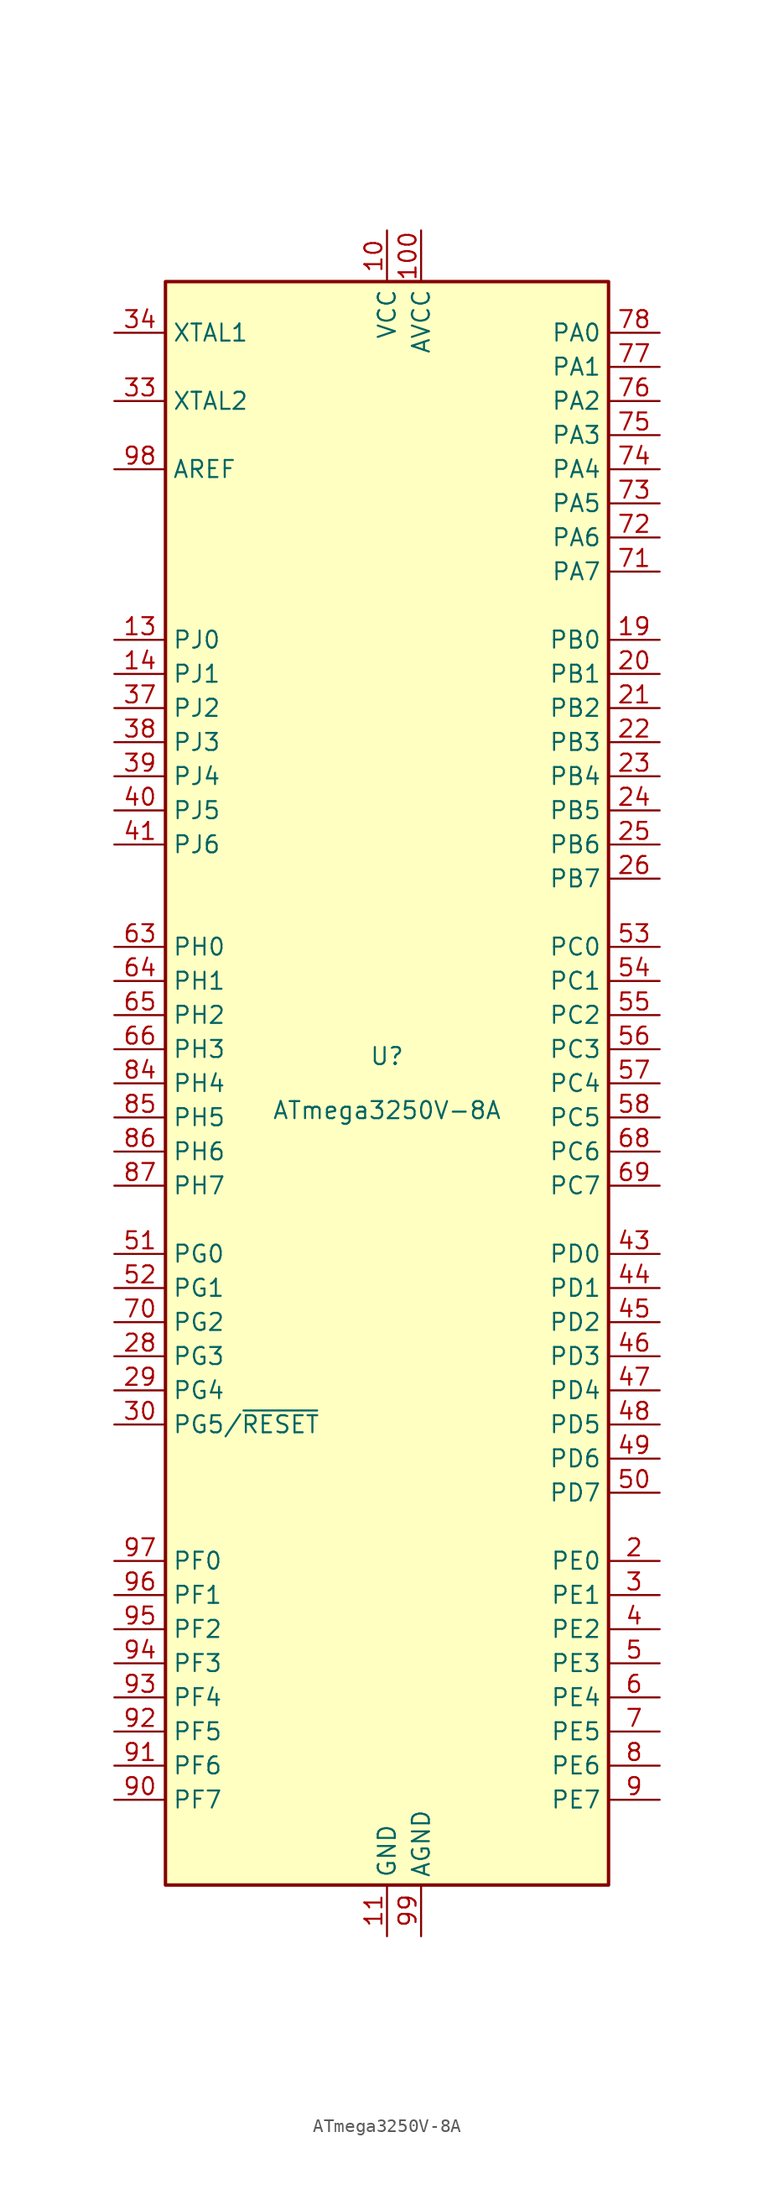
<source format=kicad_sym>
(kicad_symbol_lib
  (version 20231120)
  (generator "kicad_symbol_editor")
  (generator_version "8.0")
  (symbol "ATmega3250V-8A"
    (property "Reference" "U"
      (at 0 1.27 0)
      (effects (font (size 1.27 1.27)) (justify bottom)))
    (property "Value" "ATmega3250V-8A"
      (at 0 -1.27 0)
      (effects (font (size 1.27 1.27)) (justify top)))
    (symbol "ATmega3250V-8A_0_1"
      (rectangle (start -16.51 -59.69) (end 16.51 59.69) (stroke (width 0.254) (type default)) (fill (type background))))
    (symbol "ATmega3250V-8A_1_1"
      (pin no_connect line (at -15.24 40.64 0) (length 2.54) hide (name "NC" (effects (font (size 1.27 1.27)))) (number "1" (effects (font (size 1.27 1.27)))))
      (pin power_in line (at 0 63.5 270) (length 3.81) (name "VCC" (effects (font (size 1.27 1.27)))) (number "10" (effects (font (size 1.27 1.27)))))
      (pin power_in line (at 2.54 63.5 270) (length 3.81) (name "AVCC" (effects (font (size 1.27 1.27)))) (number "100" (effects (font (size 1.27 1.27)))))
      (pin power_in line (at 0 -63.5 90) (length 3.81) (name "GND" (effects (font (size 1.27 1.27)))) (number "11" (effects (font (size 1.27 1.27)))))
      (pin no_connect line (at -15.24 38.1 0) (length 2.54) hide (name "NC" (effects (font (size 1.27 1.27)))) (number "12" (effects (font (size 1.27 1.27)))))
      (pin bidirectional line (at -20.32 33.02 0) (length 3.81) (name "PJ0" (effects (font (size 1.27 1.27)))) (number "13" (effects (font (size 1.27 1.27)))))
      (pin bidirectional line (at -20.32 30.48 0) (length 3.81) (name "PJ1" (effects (font (size 1.27 1.27)))) (number "14" (effects (font (size 1.27 1.27)))))
      (pin no_connect line (at -15.24 35.56 0) (length 2.54) hide (name "NC" (effects (font (size 1.27 1.27)))) (number "15" (effects (font (size 1.27 1.27)))))
      (pin no_connect line (at -15.24 15.24 0) (length 2.54) hide (name "NC" (effects (font (size 1.27 1.27)))) (number "16" (effects (font (size 1.27 1.27)))))
      (pin no_connect line (at -15.24 12.7 0) (length 2.54) hide (name "NC" (effects (font (size 1.27 1.27)))) (number "17" (effects (font (size 1.27 1.27)))))
      (pin no_connect line (at -15.24 -10.16 0) (length 2.54) hide (name "NC" (effects (font (size 1.27 1.27)))) (number "18" (effects (font (size 1.27 1.27)))))
      (pin bidirectional line (at 20.32 33.02 180) (length 3.81) (name "PB0" (effects (font (size 1.27 1.27)))) (number "19" (effects (font (size 1.27 1.27)))))
      (pin bidirectional line (at 20.32 -35.56 180) (length 3.81) (name "PE0" (effects (font (size 1.27 1.27)))) (number "2" (effects (font (size 1.27 1.27)))))
      (pin bidirectional line (at 20.32 30.48 180) (length 3.81) (name "PB1" (effects (font (size 1.27 1.27)))) (number "20" (effects (font (size 1.27 1.27)))))
      (pin bidirectional line (at 20.32 27.94 180) (length 3.81) (name "PB2" (effects (font (size 1.27 1.27)))) (number "21" (effects (font (size 1.27 1.27)))))
      (pin bidirectional line (at 20.32 25.4 180) (length 3.81) (name "PB3" (effects (font (size 1.27 1.27)))) (number "22" (effects (font (size 1.27 1.27)))))
      (pin bidirectional line (at 20.32 22.86 180) (length 3.81) (name "PB4" (effects (font (size 1.27 1.27)))) (number "23" (effects (font (size 1.27 1.27)))))
      (pin bidirectional line (at 20.32 20.32 180) (length 3.81) (name "PB5" (effects (font (size 1.27 1.27)))) (number "24" (effects (font (size 1.27 1.27)))))
      (pin bidirectional line (at 20.32 17.78 180) (length 3.81) (name "PB6" (effects (font (size 1.27 1.27)))) (number "25" (effects (font (size 1.27 1.27)))))
      (pin bidirectional line (at 20.32 15.24 180) (length 3.81) (name "PB7" (effects (font (size 1.27 1.27)))) (number "26" (effects (font (size 1.27 1.27)))))
      (pin no_connect line (at -15.24 -27.94 0) (length 2.54) hide (name "NC" (effects (font (size 1.27 1.27)))) (number "27" (effects (font (size 1.27 1.27)))))
      (pin bidirectional line (at -20.32 -20.32 0) (length 3.81) (name "PG3" (effects (font (size 1.27 1.27)))) (number "28" (effects (font (size 1.27 1.27)))))
      (pin bidirectional line (at -20.32 -22.86 0) (length 3.81) (name "PG4" (effects (font (size 1.27 1.27)))) (number "29" (effects (font (size 1.27 1.27)))))
      (pin bidirectional line (at 20.32 -38.1 180) (length 3.81) (name "PE1" (effects (font (size 1.27 1.27)))) (number "3" (effects (font (size 1.27 1.27)))))
      (pin bidirectional line (at -20.32 -25.4 0) (length 3.81) (name "PG5/~{RESET}" (effects (font (size 1.27 1.27)))) (number "30" (effects (font (size 1.27 1.27)))))
      (pin passive line (at 0 63.5 270) (length 3.81) hide (name "VCC" (effects (font (size 1.27 1.27)))) (number "31" (effects (font (size 1.27 1.27)))))
      (pin passive line (at 0 -63.5 90) (length 3.81) hide (name "GND" (effects (font (size 1.27 1.27)))) (number "32" (effects (font (size 1.27 1.27)))))
      (pin output line (at -20.32 50.8 0) (length 3.81) (name "XTAL2" (effects (font (size 1.27 1.27)))) (number "33" (effects (font (size 1.27 1.27)))))
      (pin input line (at -20.32 55.88 0) (length 3.81) (name "XTAL1" (effects (font (size 1.27 1.27)))) (number "34" (effects (font (size 1.27 1.27)))))
      (pin no_connect line (at -15.24 -30.48 0) (length 2.54) hide (name "NC" (effects (font (size 1.27 1.27)))) (number "35" (effects (font (size 1.27 1.27)))))
      (pin no_connect line (at -15.24 -33.02 0) (length 2.54) hide (name "NC" (effects (font (size 1.27 1.27)))) (number "36" (effects (font (size 1.27 1.27)))))
      (pin bidirectional line (at -20.32 27.94 0) (length 3.81) (name "PJ2" (effects (font (size 1.27 1.27)))) (number "37" (effects (font (size 1.27 1.27)))))
      (pin bidirectional line (at -20.32 25.4 0) (length 3.81) (name "PJ3" (effects (font (size 1.27 1.27)))) (number "38" (effects (font (size 1.27 1.27)))))
      (pin bidirectional line (at -20.32 22.86 0) (length 3.81) (name "PJ4" (effects (font (size 1.27 1.27)))) (number "39" (effects (font (size 1.27 1.27)))))
      (pin bidirectional line (at 20.32 -40.64 180) (length 3.81) (name "PE2" (effects (font (size 1.27 1.27)))) (number "4" (effects (font (size 1.27 1.27)))))
      (pin bidirectional line (at -20.32 20.32 0) (length 3.81) (name "PJ5" (effects (font (size 1.27 1.27)))) (number "40" (effects (font (size 1.27 1.27)))))
      (pin bidirectional line (at -20.32 17.78 0) (length 3.81) (name "PJ6" (effects (font (size 1.27 1.27)))) (number "41" (effects (font (size 1.27 1.27)))))
      (pin no_connect line (at -15.24 -58.42 90) (length 2.54) hide (name "NC" (effects (font (size 1.27 1.27)))) (number "42" (effects (font (size 1.27 1.27)))))
      (pin bidirectional line (at 20.32 -12.7 180) (length 3.81) (name "PD0" (effects (font (size 1.27 1.27)))) (number "43" (effects (font (size 1.27 1.27)))))
      (pin bidirectional line (at 20.32 -15.24 180) (length 3.81) (name "PD1" (effects (font (size 1.27 1.27)))) (number "44" (effects (font (size 1.27 1.27)))))
      (pin bidirectional line (at 20.32 -17.78 180) (length 3.81) (name "PD2" (effects (font (size 1.27 1.27)))) (number "45" (effects (font (size 1.27 1.27)))))
      (pin bidirectional line (at 20.32 -20.32 180) (length 3.81) (name "PD3" (effects (font (size 1.27 1.27)))) (number "46" (effects (font (size 1.27 1.27)))))
      (pin bidirectional line (at 20.32 -22.86 180) (length 3.81) (name "PD4" (effects (font (size 1.27 1.27)))) (number "47" (effects (font (size 1.27 1.27)))))
      (pin bidirectional line (at 20.32 -25.4 180) (length 3.81) (name "PD5" (effects (font (size 1.27 1.27)))) (number "48" (effects (font (size 1.27 1.27)))))
      (pin bidirectional line (at 20.32 -27.94 180) (length 3.81) (name "PD6" (effects (font (size 1.27 1.27)))) (number "49" (effects (font (size 1.27 1.27)))))
      (pin bidirectional line (at 20.32 -43.18 180) (length 3.81) (name "PE3" (effects (font (size 1.27 1.27)))) (number "5" (effects (font (size 1.27 1.27)))))
      (pin bidirectional line (at 20.32 -30.48 180) (length 3.81) (name "PD7" (effects (font (size 1.27 1.27)))) (number "50" (effects (font (size 1.27 1.27)))))
      (pin bidirectional line (at -20.32 -12.7 0) (length 3.81) (name "PG0" (effects (font (size 1.27 1.27)))) (number "51" (effects (font (size 1.27 1.27)))))
      (pin bidirectional line (at -20.32 -15.24 0) (length 3.81) (name "PG1" (effects (font (size 1.27 1.27)))) (number "52" (effects (font (size 1.27 1.27)))))
      (pin bidirectional line (at 20.32 10.16 180) (length 3.81) (name "PC0" (effects (font (size 1.27 1.27)))) (number "53" (effects (font (size 1.27 1.27)))))
      (pin bidirectional line (at 20.32 7.62 180) (length 3.81) (name "PC1" (effects (font (size 1.27 1.27)))) (number "54" (effects (font (size 1.27 1.27)))))
      (pin bidirectional line (at 20.32 5.08 180) (length 3.81) (name "PC2" (effects (font (size 1.27 1.27)))) (number "55" (effects (font (size 1.27 1.27)))))
      (pin bidirectional line (at 20.32 2.54 180) (length 3.81) (name "PC3" (effects (font (size 1.27 1.27)))) (number "56" (effects (font (size 1.27 1.27)))))
      (pin bidirectional line (at 20.32 0 180) (length 3.81) (name "PC4" (effects (font (size 1.27 1.27)))) (number "57" (effects (font (size 1.27 1.27)))))
      (pin bidirectional line (at 20.32 -2.54 180) (length 3.81) (name "PC5" (effects (font (size 1.27 1.27)))) (number "58" (effects (font (size 1.27 1.27)))))
      (pin no_connect line (at -12.7 -58.42 90) (length 2.54) hide (name "NC" (effects (font (size 1.27 1.27)))) (number "59" (effects (font (size 1.27 1.27)))))
      (pin bidirectional line (at 20.32 -45.72 180) (length 3.81) (name "PE4" (effects (font (size 1.27 1.27)))) (number "6" (effects (font (size 1.27 1.27)))))
      (pin no_connect line (at -10.16 -58.42 90) (length 2.54) hide (name "NC" (effects (font (size 1.27 1.27)))) (number "60" (effects (font (size 1.27 1.27)))))
      (pin no_connect line (at -7.62 -58.42 90) (length 2.54) hide (name "NC" (effects (font (size 1.27 1.27)))) (number "61" (effects (font (size 1.27 1.27)))))
      (pin no_connect line (at -5.08 -58.42 90) (length 2.54) hide (name "NC" (effects (font (size 1.27 1.27)))) (number "62" (effects (font (size 1.27 1.27)))))
      (pin bidirectional line (at -20.32 10.16 0) (length 3.81) (name "PH0" (effects (font (size 1.27 1.27)))) (number "63" (effects (font (size 1.27 1.27)))))
      (pin bidirectional line (at -20.32 7.62 0) (length 3.81) (name "PH1" (effects (font (size 1.27 1.27)))) (number "64" (effects (font (size 1.27 1.27)))))
      (pin bidirectional line (at -20.32 5.08 0) (length 3.81) (name "PH2" (effects (font (size 1.27 1.27)))) (number "65" (effects (font (size 1.27 1.27)))))
      (pin bidirectional line (at -20.32 2.54 0) (length 3.81) (name "PH3" (effects (font (size 1.27 1.27)))) (number "66" (effects (font (size 1.27 1.27)))))
      (pin no_connect line (at -2.54 -58.42 90) (length 2.54) hide (name "NC" (effects (font (size 1.27 1.27)))) (number "67" (effects (font (size 1.27 1.27)))))
      (pin bidirectional line (at 20.32 -5.08 180) (length 3.81) (name "PC6" (effects (font (size 1.27 1.27)))) (number "68" (effects (font (size 1.27 1.27)))))
      (pin bidirectional line (at 20.32 -7.62 180) (length 3.81) (name "PC7" (effects (font (size 1.27 1.27)))) (number "69" (effects (font (size 1.27 1.27)))))
      (pin bidirectional line (at 20.32 -48.26 180) (length 3.81) (name "PE5" (effects (font (size 1.27 1.27)))) (number "7" (effects (font (size 1.27 1.27)))))
      (pin bidirectional line (at -20.32 -17.78 0) (length 3.81) (name "PG2" (effects (font (size 1.27 1.27)))) (number "70" (effects (font (size 1.27 1.27)))))
      (pin bidirectional line (at 20.32 38.1 180) (length 3.81) (name "PA7" (effects (font (size 1.27 1.27)))) (number "71" (effects (font (size 1.27 1.27)))))
      (pin bidirectional line (at 20.32 40.64 180) (length 3.81) (name "PA6" (effects (font (size 1.27 1.27)))) (number "72" (effects (font (size 1.27 1.27)))))
      (pin bidirectional line (at 20.32 43.18 180) (length 3.81) (name "PA5" (effects (font (size 1.27 1.27)))) (number "73" (effects (font (size 1.27 1.27)))))
      (pin bidirectional line (at 20.32 45.72 180) (length 3.81) (name "PA4" (effects (font (size 1.27 1.27)))) (number "74" (effects (font (size 1.27 1.27)))))
      (pin bidirectional line (at 20.32 48.26 180) (length 3.81) (name "PA3" (effects (font (size 1.27 1.27)))) (number "75" (effects (font (size 1.27 1.27)))))
      (pin bidirectional line (at 20.32 50.8 180) (length 3.81) (name "PA2" (effects (font (size 1.27 1.27)))) (number "76" (effects (font (size 1.27 1.27)))))
      (pin bidirectional line (at 20.32 53.34 180) (length 3.81) (name "PA1" (effects (font (size 1.27 1.27)))) (number "77" (effects (font (size 1.27 1.27)))))
      (pin bidirectional line (at 20.32 55.88 180) (length 3.81) (name "PA0" (effects (font (size 1.27 1.27)))) (number "78" (effects (font (size 1.27 1.27)))))
      (pin no_connect line (at 5.08 -58.42 90) (length 2.54) hide (name "NC" (effects (font (size 1.27 1.27)))) (number "79" (effects (font (size 1.27 1.27)))))
      (pin bidirectional line (at 20.32 -50.8 180) (length 3.81) (name "PE6" (effects (font (size 1.27 1.27)))) (number "8" (effects (font (size 1.27 1.27)))))
      (pin passive line (at 0 63.5 270) (length 3.81) hide (name "VCC" (effects (font (size 1.27 1.27)))) (number "80" (effects (font (size 1.27 1.27)))))
      (pin passive line (at 0 -63.5 90) (length 3.81) hide (name "GND" (effects (font (size 1.27 1.27)))) (number "81" (effects (font (size 1.27 1.27)))))
      (pin no_connect line (at 7.62 -58.42 90) (length 2.54) hide (name "NC" (effects (font (size 1.27 1.27)))) (number "82" (effects (font (size 1.27 1.27)))))
      (pin no_connect line (at 10.16 -58.42 90) (length 2.54) hide (name "NC" (effects (font (size 1.27 1.27)))) (number "83" (effects (font (size 1.27 1.27)))))
      (pin bidirectional line (at -20.32 0 0) (length 3.81) (name "PH4" (effects (font (size 1.27 1.27)))) (number "84" (effects (font (size 1.27 1.27)))))
      (pin bidirectional line (at -20.32 -2.54 0) (length 3.81) (name "PH5" (effects (font (size 1.27 1.27)))) (number "85" (effects (font (size 1.27 1.27)))))
      (pin bidirectional line (at -20.32 -5.08 0) (length 3.81) (name "PH6" (effects (font (size 1.27 1.27)))) (number "86" (effects (font (size 1.27 1.27)))))
      (pin bidirectional line (at -20.32 -7.62 0) (length 3.81) (name "PH7" (effects (font (size 1.27 1.27)))) (number "87" (effects (font (size 1.27 1.27)))))
      (pin no_connect line (at 12.7 -58.42 90) (length 2.54) hide (name "NC" (effects (font (size 1.27 1.27)))) (number "88" (effects (font (size 1.27 1.27)))))
      (pin no_connect line (at 15.24 -58.42 90) (length 2.54) hide (name "NC" (effects (font (size 1.27 1.27)))) (number "89" (effects (font (size 1.27 1.27)))))
      (pin bidirectional line (at 20.32 -53.34 180) (length 3.81) (name "PE7" (effects (font (size 1.27 1.27)))) (number "9" (effects (font (size 1.27 1.27)))))
      (pin bidirectional line (at -20.32 -53.34 0) (length 3.81) (name "PF7" (effects (font (size 1.27 1.27)))) (number "90" (effects (font (size 1.27 1.27)))))
      (pin bidirectional line (at -20.32 -50.8 0) (length 3.81) (name "PF6" (effects (font (size 1.27 1.27)))) (number "91" (effects (font (size 1.27 1.27)))))
      (pin bidirectional line (at -20.32 -48.26 0) (length 3.81) (name "PF5" (effects (font (size 1.27 1.27)))) (number "92" (effects (font (size 1.27 1.27)))))
      (pin bidirectional line (at -20.32 -45.72 0) (length 3.81) (name "PF4" (effects (font (size 1.27 1.27)))) (number "93" (effects (font (size 1.27 1.27)))))
      (pin bidirectional line (at -20.32 -43.18 0) (length 3.81) (name "PF3" (effects (font (size 1.27 1.27)))) (number "94" (effects (font (size 1.27 1.27)))))
      (pin bidirectional line (at -20.32 -40.64 0) (length 3.81) (name "PF2" (effects (font (size 1.27 1.27)))) (number "95" (effects (font (size 1.27 1.27)))))
      (pin bidirectional line (at -20.32 -38.1 0) (length 3.81) (name "PF1" (effects (font (size 1.27 1.27)))) (number "96" (effects (font (size 1.27 1.27)))))
      (pin bidirectional line (at -20.32 -35.56 0) (length 3.81) (name "PF0" (effects (font (size 1.27 1.27)))) (number "97" (effects (font (size 1.27 1.27)))))
      (pin passive line (at -20.32 45.72 0) (length 3.81) (name "AREF" (effects (font (size 1.27 1.27)))) (number "98" (effects (font (size 1.27 1.27)))))
      (pin power_in line (at 2.54 -63.5 90) (length 3.81) (name "AGND" (effects (font (size 1.27 1.27)))) (number "99" (effects (font (size 1.27 1.27))))))))
</source>
